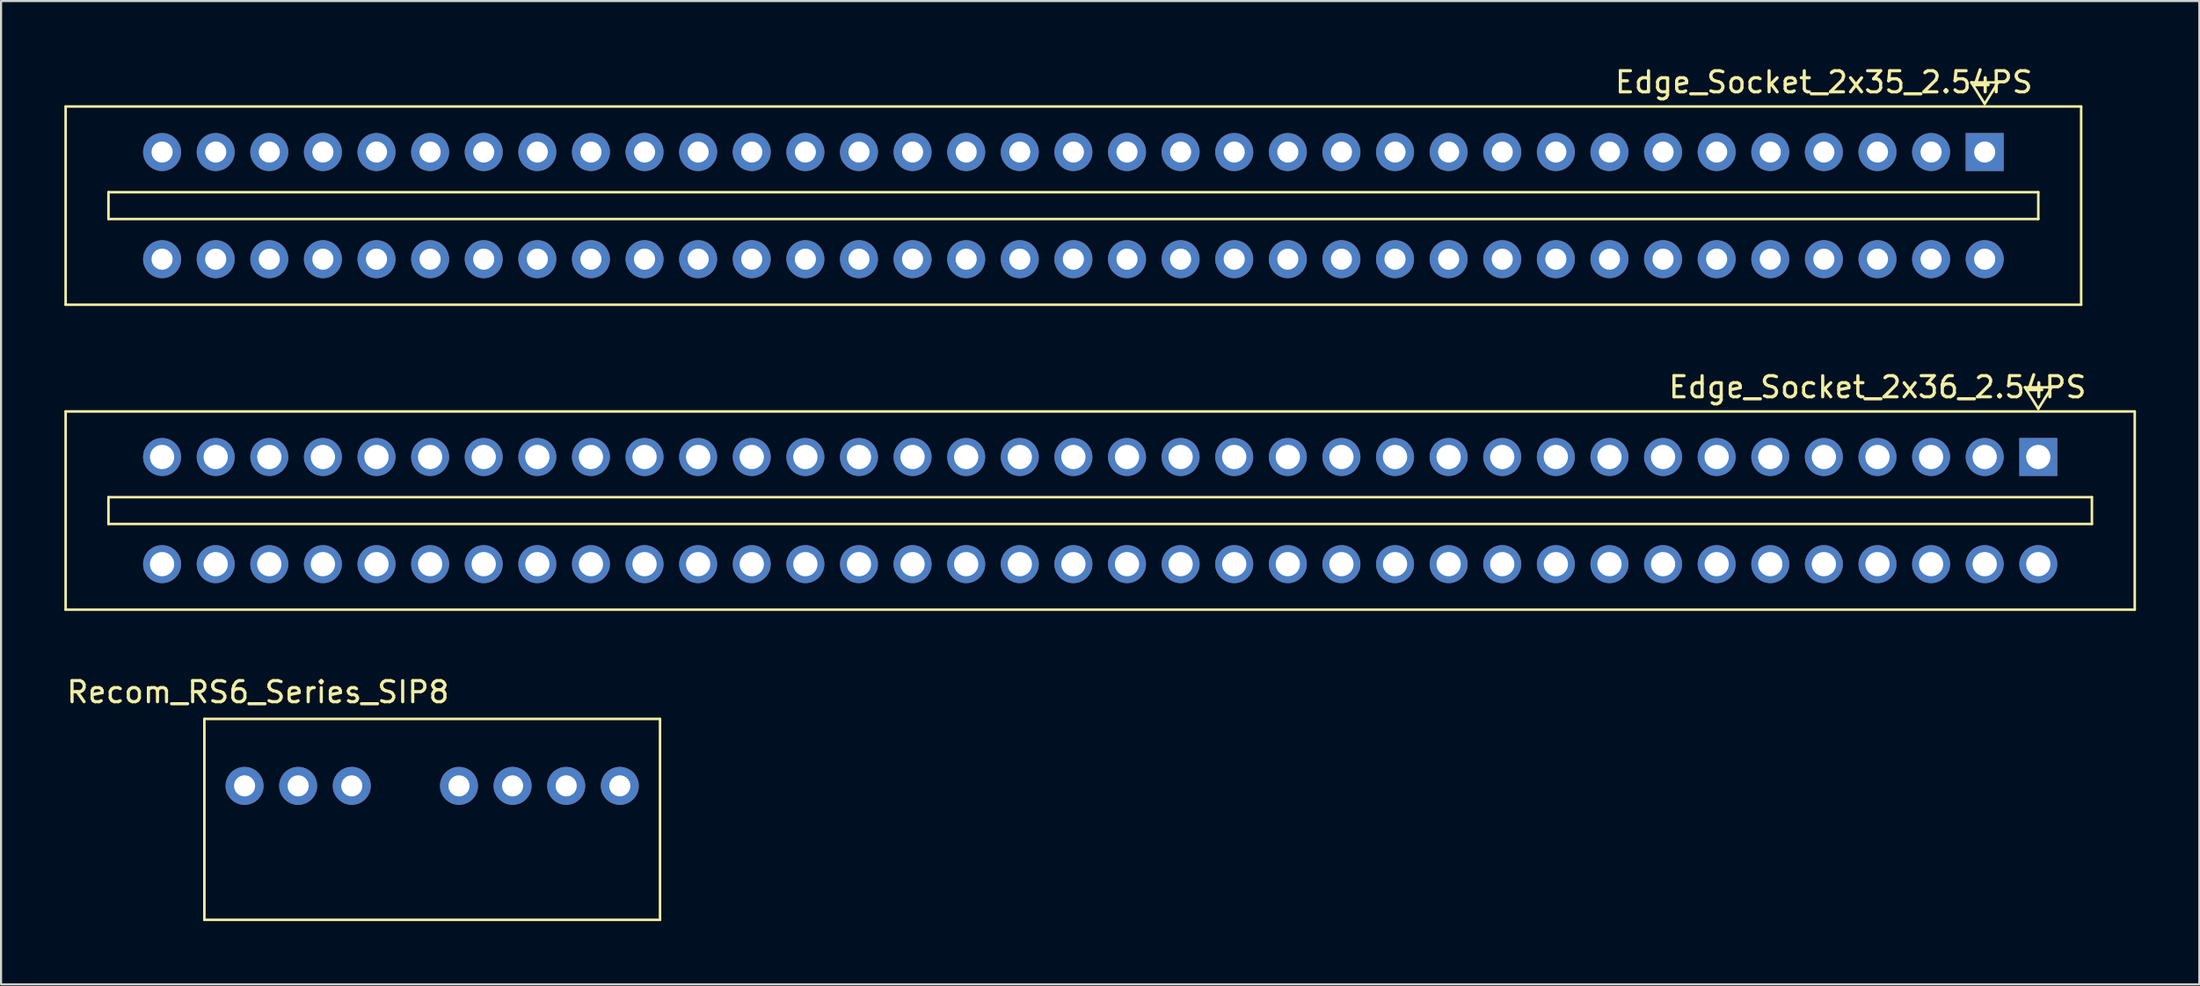
<source format=kicad_pcb>
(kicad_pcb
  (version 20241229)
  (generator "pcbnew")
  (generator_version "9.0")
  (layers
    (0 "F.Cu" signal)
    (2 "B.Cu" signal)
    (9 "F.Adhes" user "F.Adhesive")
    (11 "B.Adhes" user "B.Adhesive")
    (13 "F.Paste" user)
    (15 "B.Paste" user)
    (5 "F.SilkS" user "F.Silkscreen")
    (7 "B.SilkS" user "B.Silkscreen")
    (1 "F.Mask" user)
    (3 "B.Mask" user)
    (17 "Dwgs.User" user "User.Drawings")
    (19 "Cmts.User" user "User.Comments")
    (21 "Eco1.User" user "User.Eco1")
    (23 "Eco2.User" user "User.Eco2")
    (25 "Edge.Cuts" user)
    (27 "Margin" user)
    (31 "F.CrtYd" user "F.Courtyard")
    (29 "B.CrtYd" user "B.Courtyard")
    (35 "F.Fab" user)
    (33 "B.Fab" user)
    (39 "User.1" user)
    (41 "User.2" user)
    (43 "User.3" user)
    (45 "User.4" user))
  (footprint "Edge_Socket_2x35_2.54PS"
    (layer "F.Cu")
    (at 83.37 0.348)
    (property "Reference" "Edge_Socket_2x35_2.54PS" (at 0 0.5 0) (layer "F.SilkS") (effects (font (size 1 1) (thickness 0.15))))
    (attr through_hole)
    (fp_line (start -83.31 1.651) (end 12.19 1.651) (stroke (width 0.12) (type solid)) (layer "F.SilkS"))
    (fp_line (start -83.31 11.049) (end -83.31 1.651) (stroke (width 0.12) (type solid)) (layer "F.SilkS"))
    (fp_line (start -81.28 5.715) (end 10.16 5.715) (stroke (width 0.12) (type solid)) (layer "F.SilkS"))
    (fp_line (start -81.28 6.985) (end -81.28 5.715) (stroke (width 0.12) (type solid)) (layer "F.SilkS"))
    (fp_line (start 6.985 0.508) (end 8.255 0.508) (stroke (width 0.12) (type solid)) (layer "F.SilkS"))
    (fp_line (start 7.62 1.524) (end 6.985 0.508) (stroke (width 0.12) (type solid)) (layer "F.SilkS"))
    (fp_line (start 8.255 0.508) (end 7.62 1.524) (stroke (width 0.12) (type solid)) (layer "F.SilkS"))
    (fp_line (start 10.16 5.715) (end 10.16 6.985) (stroke (width 0.12) (type solid)) (layer "F.SilkS"))
    (fp_line (start 10.16 6.985) (end -81.28 6.985) (stroke (width 0.12) (type solid)) (layer "F.SilkS"))
    (fp_line (start 12.19 1.651) (end 12.19 11.049) (stroke (width 0.12) (type solid)) (layer "F.SilkS"))
    (fp_line (start 12.19 11.049) (end -83.31 11.049) (stroke (width 0.12) (type solid)) (layer "F.SilkS"))
    (pad "1" thru_hole rect (at 7.62 3.81 270) (size 1.8 1.8) (drill 1) (layers "*.Cu" "*.Mask"))
    (pad "2" thru_hole circle (at 5.08 3.81 270) (size 1.8 1.8) (drill 1) (layers "*.Cu" "*.Mask"))
    (pad "3" thru_hole circle (at 2.54 3.81 270) (size 1.8 1.8) (drill 1) (layers "*.Cu" "*.Mask"))
    (pad "4" thru_hole circle (at 0 3.81 270) (size 1.8 1.8) (drill 1) (layers "*.Cu" "*.Mask"))
    (pad "5" thru_hole circle (at -2.54 3.81 270) (size 1.8 1.8) (drill 1) (layers "*.Cu" "*.Mask"))
    (pad "6" thru_hole circle (at -5.08 3.81 270) (size 1.8 1.8) (drill 1) (layers "*.Cu" "*.Mask"))
    (pad "7" thru_hole circle (at -7.62 3.81 270) (size 1.8 1.8) (drill 1) (layers "*.Cu" "*.Mask"))
    (pad "8" thru_hole circle (at -10.16 3.81 270) (size 1.8 1.8) (drill 1) (layers "*.Cu" "*.Mask"))
    (pad "9" thru_hole circle (at -12.7 3.81 270) (size 1.8 1.8) (drill 1) (layers "*.Cu" "*.Mask"))
    (pad "10" thru_hole circle (at -15.24 3.81 270) (size 1.8 1.8) (drill 1) (layers "*.Cu" "*.Mask"))
    (pad "11" thru_hole circle (at -17.78 3.81 270) (size 1.8 1.8) (drill 1) (layers "*.Cu" "*.Mask"))
    (pad "12" thru_hole circle (at -20.32 3.81 270) (size 1.8 1.8) (drill 1) (layers "*.Cu" "*.Mask"))
    (pad "13" thru_hole circle (at -22.86 3.81 270) (size 1.8 1.8) (drill 1) (layers "*.Cu" "*.Mask"))
    (pad "14" thru_hole circle (at -25.4 3.81 270) (size 1.8 1.8) (drill 1) (layers "*.Cu" "*.Mask"))
    (pad "15" thru_hole circle (at -27.94 3.81 270) (size 1.8 1.8) (drill 1) (layers "*.Cu" "*.Mask"))
    (pad "16" thru_hole circle (at -30.48 3.81 270) (size 1.8 1.8) (drill 1) (layers "*.Cu" "*.Mask"))
    (pad "17" thru_hole circle (at -33.02 3.81 270) (size 1.8 1.8) (drill 1) (layers "*.Cu" "*.Mask"))
    (pad "18" thru_hole circle (at -35.56 3.81 270) (size 1.8 1.8) (drill 1) (layers "*.Cu" "*.Mask"))
    (pad "19" thru_hole circle (at -38.1 3.81 270) (size 1.8 1.8) (drill 1) (layers "*.Cu" "*.Mask"))
    (pad "20" thru_hole circle (at -40.64 3.81 270) (size 1.8 1.8) (drill 1) (layers "*.Cu" "*.Mask"))
    (pad "21" thru_hole circle (at -43.18 3.81 270) (size 1.8 1.8) (drill 1) (layers "*.Cu" "*.Mask"))
    (pad "22" thru_hole circle (at -45.72 3.81 270) (size 1.8 1.8) (drill 1) (layers "*.Cu" "*.Mask"))
    (pad "23" thru_hole circle (at -48.26 3.81 270) (size 1.8 1.8) (drill 1) (layers "*.Cu" "*.Mask"))
    (pad "24" thru_hole circle (at -50.8 3.81 270) (size 1.8 1.8) (drill 1) (layers "*.Cu" "*.Mask"))
    (pad "25" thru_hole circle (at -53.34 3.81 270) (size 1.8 1.8) (drill 1) (layers "*.Cu" "*.Mask"))
    (pad "26" thru_hole circle (at -55.88 3.81 270) (size 1.8 1.8) (drill 1) (layers "*.Cu" "*.Mask"))
    (pad "27" thru_hole circle (at -58.42 3.81 270) (size 1.8 1.8) (drill 1) (layers "*.Cu" "*.Mask"))
    (pad "28" thru_hole circle (at -60.96 3.81 270) (size 1.8 1.8) (drill 1) (layers "*.Cu" "*.Mask"))
    (pad "29" thru_hole circle (at -63.5 3.81 270) (size 1.8 1.8) (drill 1) (layers "*.Cu" "*.Mask"))
    (pad "30" thru_hole circle (at -66.04 3.81 270) (size 1.8 1.8) (drill 1) (layers "*.Cu" "*.Mask"))
    (pad "31" thru_hole circle (at -68.58 3.81 270) (size 1.8 1.8) (drill 1) (layers "*.Cu" "*.Mask"))
    (pad "32" thru_hole circle (at -71.12 3.81 270) (size 1.8 1.8) (drill 1) (layers "*.Cu" "*.Mask"))
    (pad "33" thru_hole circle (at -73.66 3.81 270) (size 1.8 1.8) (drill 1) (layers "*.Cu" "*.Mask"))
    (pad "34" thru_hole circle (at -76.2 3.81 270) (size 1.8 1.8) (drill 1) (layers "*.Cu" "*.Mask"))
    (pad "35" thru_hole circle (at -78.74 3.81 270) (size 1.8 1.8) (drill 1) (layers "*.Cu" "*.Mask"))
    (pad "36" thru_hole circle (at 7.62 8.89 270) (size 1.8 1.8) (drill 1) (layers "*.Cu" "*.Mask"))
    (pad "37" thru_hole circle (at 5.08 8.89 270) (size 1.8 1.8) (drill 1) (layers "*.Cu" "*.Mask"))
    (pad "38" thru_hole circle (at 2.54 8.89 270) (size 1.8 1.8) (drill 1) (layers "*.Cu" "*.Mask"))
    (pad "39" thru_hole circle (at 0 8.89 270) (size 1.8 1.8) (drill 1) (layers "*.Cu" "*.Mask"))
    (pad "40" thru_hole circle (at -2.54 8.89 270) (size 1.8 1.8) (drill 1) (layers "*.Cu" "*.Mask"))
    (pad "41" thru_hole circle (at -5.08 8.89 270) (size 1.8 1.8) (drill 1) (layers "*.Cu" "*.Mask"))
    (pad "42" thru_hole circle (at -7.62 8.89 270) (size 1.8 1.8) (drill 1) (layers "*.Cu" "*.Mask"))
    (pad "43" thru_hole circle (at -10.16 8.89 270) (size 1.8 1.8) (drill 1) (layers "*.Cu" "*.Mask"))
    (pad "44" thru_hole circle (at -12.7 8.89 270) (size 1.8 1.8) (drill 1) (layers "*.Cu" "*.Mask"))
    (pad "45" thru_hole circle (at -15.24 8.89 270) (size 1.8 1.8) (drill 1) (layers "*.Cu" "*.Mask"))
    (pad "46" thru_hole circle (at -17.78 8.89 270) (size 1.8 1.8) (drill 1) (layers "*.Cu" "*.Mask"))
    (pad "47" thru_hole circle (at -20.32 8.89 270) (size 1.8 1.8) (drill 1) (layers "*.Cu" "*.Mask"))
    (pad "48" thru_hole circle (at -22.86 8.89 270) (size 1.8 1.8) (drill 1) (layers "*.Cu" "*.Mask"))
    (pad "49" thru_hole circle (at -25.4 8.89 270) (size 1.8 1.8) (drill 1) (layers "*.Cu" "*.Mask"))
    (pad "50" thru_hole circle (at -27.94 8.89 270) (size 1.8 1.8) (drill 1) (layers "*.Cu" "*.Mask"))
    (pad "51" thru_hole circle (at -30.48 8.89 270) (size 1.8 1.8) (drill 1) (layers "*.Cu" "*.Mask"))
    (pad "52" thru_hole circle (at -33.02 8.89 270) (size 1.8 1.8) (drill 1) (layers "*.Cu" "*.Mask"))
    (pad "53" thru_hole circle (at -35.56 8.89 270) (size 1.8 1.8) (drill 1) (layers "*.Cu" "*.Mask"))
    (pad "54" thru_hole circle (at -38.1 8.89 270) (size 1.8 1.8) (drill 1) (layers "*.Cu" "*.Mask"))
    (pad "55" thru_hole circle (at -40.64 8.89 270) (size 1.8 1.8) (drill 1) (layers "*.Cu" "*.Mask"))
    (pad "56" thru_hole circle (at -43.18 8.89 270) (size 1.8 1.8) (drill 1) (layers "*.Cu" "*.Mask"))
    (pad "57" thru_hole circle (at -45.72 8.89 270) (size 1.8 1.8) (drill 1) (layers "*.Cu" "*.Mask"))
    (pad "58" thru_hole circle (at -48.26 8.89 270) (size 1.8 1.8) (drill 1) (layers "*.Cu" "*.Mask"))
    (pad "59" thru_hole circle (at -50.8 8.89 270) (size 1.8 1.8) (drill 1) (layers "*.Cu" "*.Mask"))
    (pad "60" thru_hole circle (at -53.34 8.89 270) (size 1.8 1.8) (drill 1) (layers "*.Cu" "*.Mask"))
    (pad "61" thru_hole circle (at -55.88 8.89 270) (size 1.8 1.8) (drill 1) (layers "*.Cu" "*.Mask"))
    (pad "62" thru_hole circle (at -58.42 8.89 270) (size 1.8 1.8) (drill 1) (layers "*.Cu" "*.Mask"))
    (pad "63" thru_hole circle (at -60.96 8.89 270) (size 1.8 1.8) (drill 1) (layers "*.Cu" "*.Mask"))
    (pad "64" thru_hole circle (at -63.5 8.89 270) (size 1.8 1.8) (drill 1) (layers "*.Cu" "*.Mask"))
    (pad "65" thru_hole circle (at -66.04 8.89 270) (size 1.8 1.8) (drill 1) (layers "*.Cu" "*.Mask"))
    (pad "66" thru_hole circle (at -68.58 8.89 270) (size 1.8 1.8) (drill 1) (layers "*.Cu" "*.Mask"))
    (pad "67" thru_hole circle (at -71.12 8.89 270) (size 1.8 1.8) (drill 1) (layers "*.Cu" "*.Mask"))
    (pad "68" thru_hole circle (at -73.66 8.89 270) (size 1.8 1.8) (drill 1) (layers "*.Cu" "*.Mask"))
    (pad "69" thru_hole circle (at -76.2 8.89 270) (size 1.8 1.8) (drill 1) (layers "*.Cu" "*.Mask"))
    (pad "70" thru_hole circle (at -78.74 8.89 270) (size 1.8 1.8) (drill 1) (layers "*.Cu" "*.Mask")))
  (footprint "Recom_RS6_Series_SIP8"
    (layer "F.Cu")
    (at 17.428 32.938)
    (property "Reference" "Recom_RS6_Series_SIP8" (at -8.255 -3.175 0) (layer "F.SilkS") (effects (font (size 1 1) (thickness 0.15))))
    (attr through_hole)
    (fp_line (start -10.795 -1.905) (end -10.795 7.62) (stroke (width 0.12) (type solid)) (layer "F.SilkS"))
    (fp_line (start -10.795 7.62) (end 10.795 7.62) (stroke (width 0.12) (type solid)) (layer "F.SilkS"))
    (fp_line (start 10.795 -1.905) (end -10.795 -1.905) (stroke (width 0.12) (type solid)) (layer "F.SilkS"))
    (fp_line (start 10.795 7.62) (end 10.795 -1.905) (stroke (width 0.12) (type solid)) (layer "F.SilkS"))
    (pad "1" thru_hole circle (at -8.89 1.27) (size 1.8 1.8) (drill 1) (layers "*.Cu" "*.Mask"))
    (pad "2" thru_hole circle (at -6.35 1.27) (size 1.8 1.8) (drill 1) (layers "*.Cu" "*.Mask"))
    (pad "3" thru_hole circle (at -3.81 1.27) (size 1.8 1.8) (drill 1) (layers "*.Cu" "*.Mask"))
    (pad "5" thru_hole circle (at 1.27 1.27) (size 1.8 1.8) (drill 1) (layers "*.Cu" "*.Mask"))
    (pad "6" thru_hole circle (at 3.81 1.27) (size 1.8 1.8) (drill 1) (layers "*.Cu" "*.Mask"))
    (pad "7" thru_hole circle (at 6.35 1.27) (size 1.8 1.8) (drill 1) (layers "*.Cu" "*.Mask"))
    (pad "8" thru_hole circle (at 8.89 1.27) (size 1.8 1.8) (drill 1) (layers "*.Cu" "*.Mask")))
  (footprint "Edge_Socket_2x36_2.54PS"
    (layer "F.Cu")
    (at 85.91 14.806)
    (property "Reference" "Edge_Socket_2x36_2.54PS" (at 0 0.5 0) (layer "F.SilkS") (effects (font (size 1 1) (thickness 0.15))))
    (attr through_hole)
    (fp_line (start -85.85 1.651) (end 12.19 1.651) (stroke (width 0.12) (type solid)) (layer "F.SilkS"))
    (fp_line (start -85.85 11.049) (end -85.85 1.651) (stroke (width 0.12) (type solid)) (layer "F.SilkS"))
    (fp_line (start -83.82 5.715) (end 10.16 5.715) (stroke (width 0.12) (type solid)) (layer "F.SilkS"))
    (fp_line (start -83.82 6.985) (end -83.82 5.715) (stroke (width 0.12) (type solid)) (layer "F.SilkS"))
    (fp_line (start 6.985 0.508) (end 8.255 0.508) (stroke (width 0.12) (type solid)) (layer "F.SilkS"))
    (fp_line (start 7.62 1.524) (end 6.985 0.508) (stroke (width 0.12) (type solid)) (layer "F.SilkS"))
    (fp_line (start 8.255 0.508) (end 7.62 1.524) (stroke (width 0.12) (type solid)) (layer "F.SilkS"))
    (fp_line (start 10.16 5.715) (end 10.16 6.985) (stroke (width 0.12) (type solid)) (layer "F.SilkS"))
    (fp_line (start 10.16 6.985) (end -83.82 6.985) (stroke (width 0.12) (type solid)) (layer "F.SilkS"))
    (fp_line (start 12.19 1.651) (end 12.19 11.049) (stroke (width 0.12) (type solid)) (layer "F.SilkS"))
    (fp_line (start 12.19 11.049) (end -85.85 11.049) (stroke (width 0.12) (type solid)) (layer "F.SilkS"))
    (pad "1" thru_hole rect (at 7.62 3.81 270) (size 1.8 1.8) (drill 1.15) (layers "*.Cu" "*.Mask"))
    (pad "2" thru_hole circle (at 5.08 3.81 270) (size 1.8 1.8) (drill 1.15) (layers "*.Cu" "*.Mask"))
    (pad "3" thru_hole circle (at 2.54 3.81 270) (size 1.8 1.8) (drill 1.15) (layers "*.Cu" "*.Mask"))
    (pad "4" thru_hole circle (at 0 3.81 270) (size 1.8 1.8) (drill 1.15) (layers "*.Cu" "*.Mask"))
    (pad "5" thru_hole circle (at -2.54 3.81 270) (size 1.8 1.8) (drill 1.15) (layers "*.Cu" "*.Mask"))
    (pad "6" thru_hole circle (at -5.08 3.81 270) (size 1.8 1.8) (drill 1.15) (layers "*.Cu" "*.Mask"))
    (pad "7" thru_hole circle (at -7.62 3.81 270) (size 1.8 1.8) (drill 1.15) (layers "*.Cu" "*.Mask"))
    (pad "8" thru_hole circle (at -10.16 3.81 270) (size 1.8 1.8) (drill 1.15) (layers "*.Cu" "*.Mask"))
    (pad "9" thru_hole circle (at -12.7 3.81 270) (size 1.8 1.8) (drill 1.15) (layers "*.Cu" "*.Mask"))
    (pad "10" thru_hole circle (at -15.24 3.81 270) (size 1.8 1.8) (drill 1.15) (layers "*.Cu" "*.Mask"))
    (pad "11" thru_hole circle (at -17.78 3.81 270) (size 1.8 1.8) (drill 1.15) (layers "*.Cu" "*.Mask"))
    (pad "12" thru_hole circle (at -20.32 3.81 270) (size 1.8 1.8) (drill 1.15) (layers "*.Cu" "*.Mask"))
    (pad "13" thru_hole circle (at -22.86 3.81 270) (size 1.8 1.8) (drill 1.15) (layers "*.Cu" "*.Mask"))
    (pad "14" thru_hole circle (at -25.4 3.81 270) (size 1.8 1.8) (drill 1.15) (layers "*.Cu" "*.Mask"))
    (pad "15" thru_hole circle (at -27.94 3.81 270) (size 1.8 1.8) (drill 1.15) (layers "*.Cu" "*.Mask"))
    (pad "16" thru_hole circle (at -30.48 3.81 270) (size 1.8 1.8) (drill 1.15) (layers "*.Cu" "*.Mask"))
    (pad "17" thru_hole circle (at -33.02 3.81 270) (size 1.8 1.8) (drill 1.15) (layers "*.Cu" "*.Mask"))
    (pad "18" thru_hole circle (at -35.56 3.81 270) (size 1.8 1.8) (drill 1.15) (layers "*.Cu" "*.Mask"))
    (pad "19" thru_hole circle (at -38.1 3.81 270) (size 1.8 1.8) (drill 1.15) (layers "*.Cu" "*.Mask"))
    (pad "20" thru_hole circle (at -40.64 3.81 270) (size 1.8 1.8) (drill 1.15) (layers "*.Cu" "*.Mask"))
    (pad "21" thru_hole circle (at -43.18 3.81 270) (size 1.8 1.8) (drill 1.15) (layers "*.Cu" "*.Mask"))
    (pad "22" thru_hole circle (at -45.72 3.81 270) (size 1.8 1.8) (drill 1.15) (layers "*.Cu" "*.Mask"))
    (pad "23" thru_hole circle (at -48.26 3.81 270) (size 1.8 1.8) (drill 1.15) (layers "*.Cu" "*.Mask"))
    (pad "24" thru_hole circle (at -50.8 3.81 270) (size 1.8 1.8) (drill 1.15) (layers "*.Cu" "*.Mask"))
    (pad "25" thru_hole circle (at -53.34 3.81 270) (size 1.8 1.8) (drill 1.15) (layers "*.Cu" "*.Mask"))
    (pad "26" thru_hole circle (at -55.88 3.81 270) (size 1.8 1.8) (drill 1.15) (layers "*.Cu" "*.Mask"))
    (pad "27" thru_hole circle (at -58.42 3.81 270) (size 1.8 1.8) (drill 1.15) (layers "*.Cu" "*.Mask"))
    (pad "28" thru_hole circle (at -60.96 3.81 270) (size 1.8 1.8) (drill 1.15) (layers "*.Cu" "*.Mask"))
    (pad "29" thru_hole circle (at -63.5 3.81 270) (size 1.8 1.8) (drill 1.15) (layers "*.Cu" "*.Mask"))
    (pad "30" thru_hole circle (at -66.04 3.81 270) (size 1.8 1.8) (drill 1.15) (layers "*.Cu" "*.Mask"))
    (pad "31" thru_hole circle (at -68.58 3.81 270) (size 1.8 1.8) (drill 1.15) (layers "*.Cu" "*.Mask"))
    (pad "32" thru_hole circle (at -71.12 3.81 270) (size 1.8 1.8) (drill 1.15) (layers "*.Cu" "*.Mask"))
    (pad "33" thru_hole circle (at -73.66 3.81 270) (size 1.8 1.8) (drill 1.15) (layers "*.Cu" "*.Mask"))
    (pad "34" thru_hole circle (at -76.2 3.81 270) (size 1.8 1.8) (drill 1.15) (layers "*.Cu" "*.Mask"))
    (pad "35" thru_hole circle (at -78.74 3.81 270) (size 1.8 1.8) (drill 1.15) (layers "*.Cu" "*.Mask"))
    (pad "36" thru_hole circle (at -81.28 3.81 270) (size 1.8 1.8) (drill 1.15) (layers "*.Cu" "*.Mask"))
    (pad "37" thru_hole circle (at 7.62 8.89 270) (size 1.8 1.8) (drill 1.15) (layers "*.Cu" "*.Mask"))
    (pad "38" thru_hole circle (at 5.08 8.89 270) (size 1.8 1.8) (drill 1.15) (layers "*.Cu" "*.Mask"))
    (pad "39" thru_hole circle (at 2.54 8.89 270) (size 1.8 1.8) (drill 1.15) (layers "*.Cu" "*.Mask"))
    (pad "40" thru_hole circle (at 0 8.89 270) (size 1.8 1.8) (drill 1.15) (layers "*.Cu" "*.Mask"))
    (pad "41" thru_hole circle (at -2.54 8.89 270) (size 1.8 1.8) (drill 1.15) (layers "*.Cu" "*.Mask"))
    (pad "42" thru_hole circle (at -5.08 8.89 270) (size 1.8 1.8) (drill 1.15) (layers "*.Cu" "*.Mask"))
    (pad "43" thru_hole circle (at -7.62 8.89 270) (size 1.8 1.8) (drill 1.15) (layers "*.Cu" "*.Mask"))
    (pad "44" thru_hole circle (at -10.16 8.89 270) (size 1.8 1.8) (drill 1.15) (layers "*.Cu" "*.Mask"))
    (pad "45" thru_hole circle (at -12.7 8.89 270) (size 1.8 1.8) (drill 1.15) (layers "*.Cu" "*.Mask"))
    (pad "46" thru_hole circle (at -15.24 8.89 270) (size 1.8 1.8) (drill 1.15) (layers "*.Cu" "*.Mask"))
    (pad "47" thru_hole circle (at -17.78 8.89 270) (size 1.8 1.8) (drill 1.15) (layers "*.Cu" "*.Mask"))
    (pad "48" thru_hole circle (at -20.32 8.89 270) (size 1.8 1.8) (drill 1.15) (layers "*.Cu" "*.Mask"))
    (pad "49" thru_hole circle (at -22.86 8.89 270) (size 1.8 1.8) (drill 1.15) (layers "*.Cu" "*.Mask"))
    (pad "50" thru_hole circle (at -25.4 8.89 270) (size 1.8 1.8) (drill 1.15) (layers "*.Cu" "*.Mask"))
    (pad "51" thru_hole circle (at -27.94 8.89 270) (size 1.8 1.8) (drill 1.15) (layers "*.Cu" "*.Mask"))
    (pad "52" thru_hole circle (at -30.48 8.89 270) (size 1.8 1.8) (drill 1.15) (layers "*.Cu" "*.Mask"))
    (pad "53" thru_hole circle (at -33.02 8.89 270) (size 1.8 1.8) (drill 1.15) (layers "*.Cu" "*.Mask"))
    (pad "54" thru_hole circle (at -35.56 8.89 270) (size 1.8 1.8) (drill 1.15) (layers "*.Cu" "*.Mask"))
    (pad "55" thru_hole circle (at -38.1 8.89 270) (size 1.8 1.8) (drill 1.15) (layers "*.Cu" "*.Mask"))
    (pad "56" thru_hole circle (at -40.64 8.89 270) (size 1.8 1.8) (drill 1.15) (layers "*.Cu" "*.Mask"))
    (pad "57" thru_hole circle (at -43.18 8.89 270) (size 1.8 1.8) (drill 1.15) (layers "*.Cu" "*.Mask"))
    (pad "58" thru_hole circle (at -45.72 8.89 270) (size 1.8 1.8) (drill 1.15) (layers "*.Cu" "*.Mask"))
    (pad "59" thru_hole circle (at -48.26 8.89 270) (size 1.8 1.8) (drill 1.15) (layers "*.Cu" "*.Mask"))
    (pad "60" thru_hole circle (at -50.8 8.89 270) (size 1.8 1.8) (drill 1.15) (layers "*.Cu" "*.Mask"))
    (pad "61" thru_hole circle (at -53.34 8.89 270) (size 1.8 1.8) (drill 1.15) (layers "*.Cu" "*.Mask"))
    (pad "62" thru_hole circle (at -55.88 8.89 270) (size 1.8 1.8) (drill 1.15) (layers "*.Cu" "*.Mask"))
    (pad "63" thru_hole circle (at -58.42 8.89 270) (size 1.8 1.8) (drill 1.15) (layers "*.Cu" "*.Mask"))
    (pad "64" thru_hole circle (at -60.96 8.89 270) (size 1.8 1.8) (drill 1.15) (layers "*.Cu" "*.Mask"))
    (pad "65" thru_hole circle (at -63.5 8.89 270) (size 1.8 1.8) (drill 1.15) (layers "*.Cu" "*.Mask"))
    (pad "66" thru_hole circle (at -66.04 8.89 270) (size 1.8 1.8) (drill 1.15) (layers "*.Cu" "*.Mask"))
    (pad "67" thru_hole circle (at -68.58 8.89 270) (size 1.8 1.8) (drill 1.15) (layers "*.Cu" "*.Mask"))
    (pad "68" thru_hole circle (at -71.12 8.89 270) (size 1.8 1.8) (drill 1.15) (layers "*.Cu" "*.Mask"))
    (pad "69" thru_hole circle (at -73.66 8.89 270) (size 1.8 1.8) (drill 1.15) (layers "*.Cu" "*.Mask"))
    (pad "70" thru_hole circle (at -76.2 8.89 270) (size 1.8 1.8) (drill 1.15) (layers "*.Cu" "*.Mask"))
    (pad "71" thru_hole circle (at -78.74 8.89 270) (size 1.8 1.8) (drill 1.15) (layers "*.Cu" "*.Mask"))
    (pad "72" thru_hole circle (at -81.28 8.89 270) (size 1.8 1.8) (drill 1.15) (layers "*.Cu" "*.Mask")))
  (gr_rect
    (start -3 -3)
    (end 101.16 43.618)
    (stroke (width 0.1) (type default))
    (fill no)
    (layer "Edge.Cuts")))
</source>
